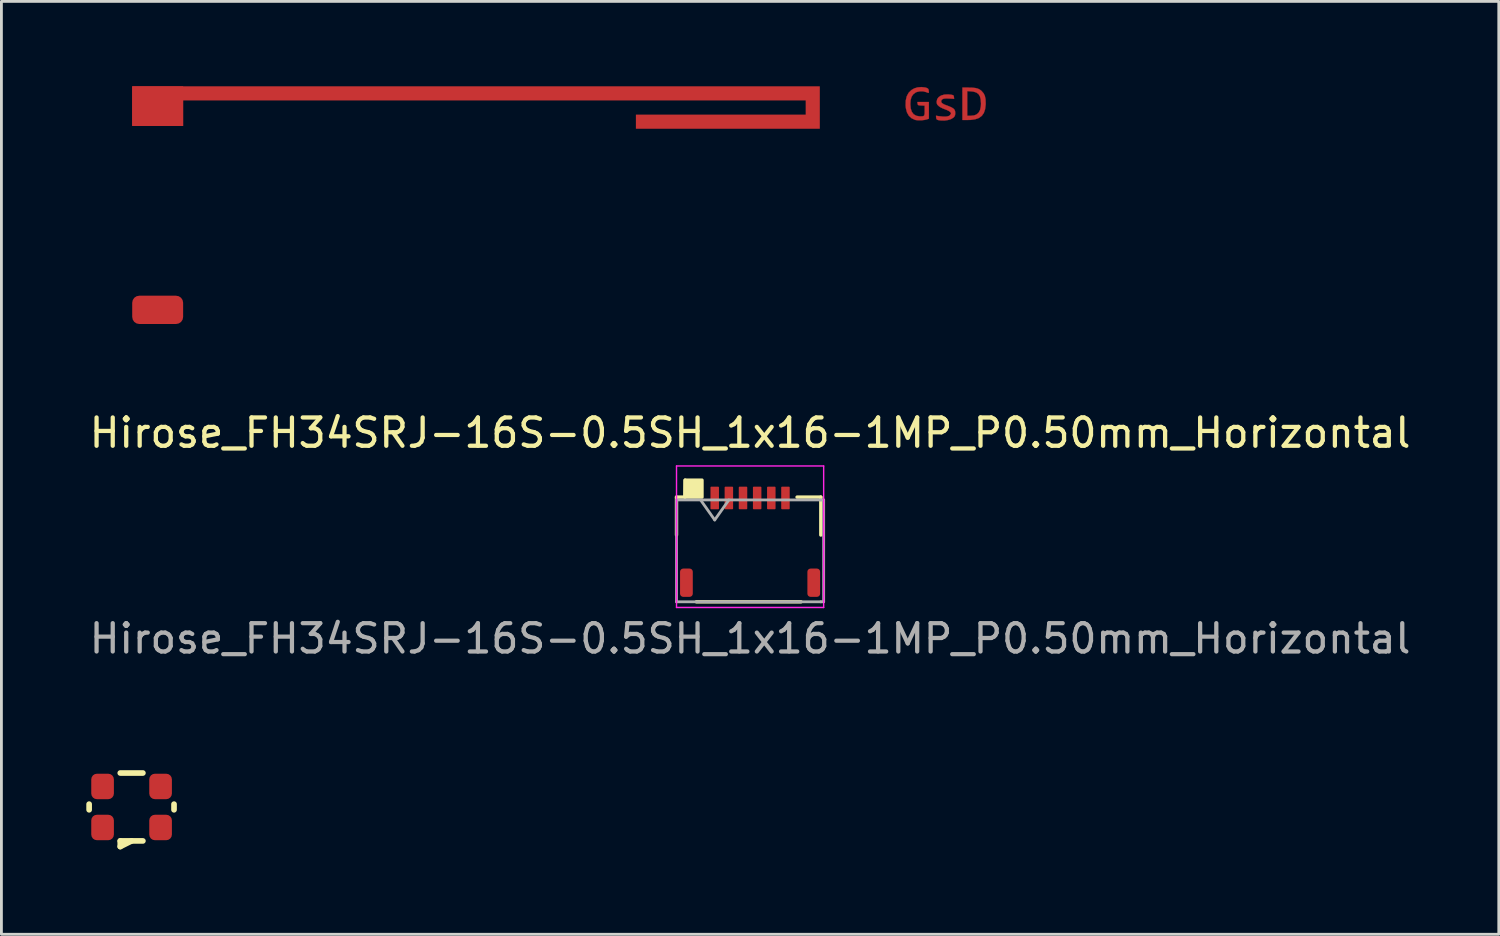
<source format=kicad_pcb>
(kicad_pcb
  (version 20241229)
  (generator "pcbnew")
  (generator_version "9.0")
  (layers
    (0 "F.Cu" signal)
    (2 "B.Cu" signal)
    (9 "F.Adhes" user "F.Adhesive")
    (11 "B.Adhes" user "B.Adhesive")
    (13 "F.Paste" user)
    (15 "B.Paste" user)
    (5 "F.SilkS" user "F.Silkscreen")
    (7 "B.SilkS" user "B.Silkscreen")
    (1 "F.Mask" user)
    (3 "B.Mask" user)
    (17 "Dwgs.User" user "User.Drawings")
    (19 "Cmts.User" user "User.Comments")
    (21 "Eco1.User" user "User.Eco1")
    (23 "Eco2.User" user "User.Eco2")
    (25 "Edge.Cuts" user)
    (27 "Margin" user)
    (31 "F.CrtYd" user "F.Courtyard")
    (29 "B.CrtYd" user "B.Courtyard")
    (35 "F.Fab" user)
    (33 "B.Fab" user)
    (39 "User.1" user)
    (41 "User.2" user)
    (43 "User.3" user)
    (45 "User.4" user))
  (footprint "0900AT43A0070 - 900MHz Wide band ISM Chip Antenna"
    (layer "F.Cu")
    (at 2.522 4.4)
    (property "Reference" "0900AT43A0070 - 900MHz Wide band ISM Chip Antenna" (at -2.5 2 0) (layer "F.SilkS") (effects (font (size 0.001 0.001) (thickness 0.15))))
    (attr through_hole)
    (pad "1" smd roundrect (at 0 3.5) (size 1.8 1) (layers "F.Cu" "F.Mask" "F.Paste") (roundrect_rratio 0.25))
    (pad "2" smd rect (at 0 -3.7) (size 1.8 1.4) (layers "F.Cu" "F.Mask" "F.Paste"))
    (pad "2" smd custom (at 0 -3.7) (size 1.8 1.4) (layers "F.Cu") (options (anchor rect)) (primitives (gr_poly (pts (xy 23.4 0.8) (xy 16.9 0.8) (xy 16.9 0.3) (xy 22.9 0.3) (xy 22.9 -0.2) (xy 0.9 -0.2) (xy 0.9 -0.7) (xy 23.4 -0.7)) (width 0) (fill yes)))))
  (footprint "Hirose_FH34SRJ-16S-0.5SH_1x16-1MP_P0.50mm_Horizontal"
    (layer "F.Cu")
    (at 23.458 15.948)
    (property "Reference" "Hirose_FH34SRJ-16S-0.5SH_1x16-1MP_P0.50mm_Horizontal" (at 0 -3.7 0) (layer "F.SilkS") (effects (font (size 1 1) (thickness 0.15))))
    (attr smd)
    (fp_line (start -2.6 -1.43) (end -2.6 -0.09) (stroke (width 0.12) (type solid)) (layer "F.SilkS"))
    (fp_line (start -2.305 -1.43) (end -2.6 -1.43) (stroke (width 0.12) (type solid)) (layer "F.SilkS"))
    (fp_line (start -2.305 -1.43) (end -2.295 -2.03) (stroke (width 0.12) (type solid)) (layer "F.SilkS"))
    (fp_line (start -1.9 2.27) (end 1.8 2.27) (stroke (width 0.12) (type solid)) (layer "F.SilkS"))
    (fp_line (start 1.66 -1.43) (end 2.5 -1.43) (stroke (width 0.12) (type solid)) (layer "F.SilkS"))
    (fp_line (start 2.5 -1.43) (end 2.5 -0.09) (stroke (width 0.12) (type solid)) (layer "F.SilkS"))
    (fp_rect (start -2.295 -2.03) (end -1.7 -1.43) (stroke (width 0.12) (type solid)) (fill yes) (layer "F.SilkS"))
    (fp_line (start -2.6 -2.53) (end -2.6 2.47) (stroke (width 0.05) (type solid)) (layer "F.CrtYd"))
    (fp_line (start -2.6 2.47) (end 2.6 2.47) (stroke (width 0.05) (type solid)) (layer "F.CrtYd"))
    (fp_line (start 2.6 -2.53) (end -2.6 -2.53) (stroke (width 0.05) (type solid)) (layer "F.CrtYd"))
    (fp_line (start 2.6 2.47) (end 2.6 -2.53) (stroke (width 0.05) (type solid)) (layer "F.CrtYd"))
    (fp_line (start -2.6 -1.33) (end -2.6 2.27) (stroke (width 0.1) (type solid)) (layer "F.Fab"))
    (fp_line (start -2.6 2.27) (end 2.5 2.27) (stroke (width 0.1) (type solid)) (layer "F.Fab"))
    (fp_line (start -1.75 -1.33) (end -1.25 -0.623) (stroke (width 0.1) (type solid)) (layer "F.Fab"))
    (fp_line (start -1.25 -0.623) (end -0.75 -1.33) (stroke (width 0.1) (type solid)) (layer "F.Fab"))
    (fp_line (start 2.5 -1.33) (end -2.6 -1.33) (stroke (width 0.1) (type solid)) (layer "F.Fab"))
    (fp_line (start 2.5 -1.33) (end 2.6 -1.33) (stroke (width 0.1) (type solid)) (layer "F.Fab"))
    (fp_line (start 2.5 2.27) (end 2.6 2.27) (stroke (width 0.1) (type solid)) (layer "F.Fab"))
    (fp_line (start 2.6 -1.33) (end 2.6 2.27) (stroke (width 0.1) (type solid)) (layer "F.Fab"))
    (fp_text user "${REFERENCE}" (at 0 3.57 0) (layer "F.Fab") (effects (font (size 1 1) (thickness 0.15))))
    (pad "1" smd roundrect (at -1.25 -1.4) (size 0.3 0.8) (layers "F.Cu" "F.Mask" "F.Paste") (roundrect_rratio 0.1))
    (pad "2" smd roundrect (at -0.75 -1.4) (size 0.3 0.8) (layers "F.Cu" "F.Mask" "F.Paste") (roundrect_rratio 0.1))
    (pad "3" smd roundrect (at -0.25 -1.4) (size 0.3 0.8) (layers "F.Cu" "F.Mask" "F.Paste") (roundrect_rratio 0.1))
    (pad "4" smd roundrect (at 0.25 -1.4) (size 0.3 0.8) (layers "F.Cu" "F.Mask" "F.Paste") (roundrect_rratio 0.1))
    (pad "5" smd roundrect (at 0.75 -1.4) (size 0.3 0.8) (layers "F.Cu" "F.Mask" "F.Paste") (roundrect_rratio 0.1))
    (pad "6" smd roundrect (at 1.25 -1.4) (size 0.3 0.8) (layers "F.Cu" "F.Mask" "F.Paste") (roundrect_rratio 0.1))
    (pad "MP" smd roundrect (at -2.25 1.595) (size 0.45 1) (layers "F.Cu" "F.Mask" "F.Paste") (roundrect_rratio 0.25))
    (pad "MP" smd roundrect (at 2.25 1.595) (size 0.45 1) (layers "F.Cu" "F.Mask" "F.Paste") (roundrect_rratio 0.25)))
  (footprint "Oscilator_2.5x2.0"
    (layer "F.Cu")
    (at 1.6 25.468)
    (property "Reference" "Oscilator_2.5x2.0" (at 0.7 -2.1 0) (layer "F.SilkS") (effects (font (size 0.001 0.001) (thickness 0.15))))
    (attr through_hole)
    (fp_line (start -1.5 -0.1) (end -1.5 0.1) (stroke (width 0.2) (type solid)) (layer "F.SilkS"))
    (fp_line (start -0.4 -1.2) (end 0.4 -1.2) (stroke (width 0.2) (type solid)) (layer "F.SilkS"))
    (fp_line (start -0.4 1.2) (end -0.4 1.4) (stroke (width 0.2) (type solid)) (layer "F.SilkS"))
    (fp_line (start -0.4 1.2) (end 0.4 1.2) (stroke (width 0.2) (type solid)) (layer "F.SilkS"))
    (fp_line (start -0.4 1.4) (end 0 1.2) (stroke (width 0.2) (type solid)) (layer "F.SilkS"))
    (fp_line (start 1.5 -0.1) (end 1.5 0.1) (stroke (width 0.2) (type solid)) (layer "F.SilkS"))
    (pad "1" smd roundrect (at -1.025 0.725) (size 0.8 0.9) (layers "F.Cu" "F.Mask" "F.Paste") (roundrect_rratio 0.25))
    (pad "2" smd roundrect (at 1.025 0.725) (size 0.8 0.9) (layers "F.Cu" "F.Mask" "F.Paste") (roundrect_rratio 0.25))
    (pad "3" smd roundrect (at 1.025 -0.725) (size 0.8 0.9) (layers "F.Cu" "F.Mask" "F.Paste") (roundrect_rratio 0.25))
    (pad "4" smd roundrect (at -1.025 -0.725) (size 0.8 0.9) (layers "F.Cu" "F.Mask" "F.Paste") (roundrect_rratio 0.25)))
  (footprint "gsd_logo_small"
    (layer "F.Cu")
    (at 30.369 0.703)
    (property "Reference" "gsd_logo_small" (at 0 0 0) (layer "F.SilkS") (effects (font (size 0.001 0.001) (thickness 0.15))))
    (attr through_hole)
    (fp_poly (pts (xy 0.81 -0.656) (xy 0.949 -0.653) (xy 1.055 -0.642) (xy 1.138 -0.62) (xy 1.206 -0.587) (xy 1.27 -0.538) (xy 1.27 -0.537) (xy 1.34 -0.457) (xy 1.386 -0.362) (xy 1.41 -0.245) (xy 1.415 -0.097) (xy 1.414 -0.056) (xy 1.394 0.107) (xy 1.35 0.238) (xy 1.279 0.339) (xy 1.18 0.413) (xy 1.049 0.46) (xy 0.885 0.484) (xy 0.78 0.487) (xy 0.593 0.487) (xy 0.593 0.339) (xy 0.762 0.339) (xy 0.884 0.339) (xy 0.999 0.327) (xy 1.079 0.299) (xy 1.161 0.234) (xy 1.215 0.138) (xy 1.244 0.01) (xy 1.249 -0.088) (xy 1.24 -0.236) (xy 1.211 -0.35) (xy 1.159 -0.432) (xy 1.081 -0.486) (xy 0.975 -0.517) (xy 0.908 -0.524) (xy 0.762 -0.535) (xy 0.762 0.339) (xy 0.593 0.339) (xy 0.593 -0.656) (xy 0.81 -0.656)) (stroke (width 0.01) (type solid)) (fill yes) (layer "F.Cu"))
    (fp_poly (pts (xy -0.73 -0.662) (xy -0.677 -0.648) (xy -0.626 -0.623) (xy -0.604 -0.588) (xy -0.597 -0.543) (xy -0.593 -0.492) (xy -0.601 -0.471) (xy -0.629 -0.475) (xy -0.685 -0.497) (xy -0.793 -0.525) (xy -0.911 -0.526) (xy -1.021 -0.502) (xy -1.067 -0.481) (xy -1.152 -0.414) (xy -1.209 -0.323) (xy -1.241 -0.204) (xy -1.249 -0.077) (xy -1.236 0.076) (xy -1.197 0.197) (xy -1.131 0.284) (xy -1.04 0.338) (xy -0.922 0.359) (xy -0.902 0.36) (xy -0.828 0.358) (xy -0.78 0.348) (xy -0.755 0.321) (xy -0.743 0.269) (xy -0.741 0.186) (xy -0.741 0.158) (xy -0.741 -0.019) (xy -0.863 -0.025) (xy -0.931 -0.03) (xy -0.969 -0.04) (xy -0.985 -0.059) (xy -0.991 -0.09) (xy -0.998 -0.148) (xy -0.593 -0.148) (xy -0.593 0.44) (xy -0.661 0.465) (xy -0.746 0.485) (xy -0.851 0.497) (xy -0.958 0.498) (xy -1.049 0.49) (xy -1.085 0.481) (xy -1.209 0.422) (xy -1.302 0.335) (xy -1.367 0.218) (xy -1.405 0.071) (xy -1.414 -0.024) (xy -1.409 -0.202) (xy -1.374 -0.352) (xy -1.308 -0.474) (xy -1.21 -0.57) (xy -1.111 -0.628) (xy -0.993 -0.664) (xy -0.859 -0.676) (xy -0.73 -0.662)) (stroke (width 0.01) (type solid)) (fill yes) (layer "F.Cu"))
    (fp_poly (pts (xy 0.163 -0.409) (xy 0.232 -0.398) (xy 0.269 -0.385) (xy 0.286 -0.363) (xy 0.292 -0.326) (xy 0.292 -0.326) (xy 0.299 -0.26) (xy 0.14 -0.27) (xy 0.024 -0.274) (xy -0.058 -0.268) (xy -0.112 -0.249) (xy -0.145 -0.217) (xy -0.148 -0.211) (xy -0.159 -0.159) (xy -0.132 -0.111) (xy -0.064 -0.068) (xy -0.005 -0.043) (xy 0.121 0.004) (xy 0.212 0.045) (xy 0.274 0.083) (xy 0.312 0.123) (xy 0.332 0.169) (xy 0.338 0.228) (xy 0.339 0.25) (xy 0.332 0.319) (xy 0.306 0.37) (xy 0.276 0.402) (xy 0.193 0.454) (xy 0.082 0.489) (xy -0.048 0.506) (xy -0.184 0.502) (xy -0.265 0.49) (xy -0.31 0.472) (xy -0.33 0.437) (xy -0.335 0.406) (xy -0.341 0.337) (xy -0.229 0.354) (xy -0.078 0.369) (xy 0.038 0.366) (xy 0.118 0.344) (xy 0.152 0.319) (xy 0.18 0.278) (xy 0.191 0.252) (xy 0.171 0.212) (xy 0.115 0.17) (xy 0.029 0.128) (xy -0.031 0.106) (xy -0.116 0.072) (xy -0.195 0.031) (xy -0.245 -0.005) (xy -0.293 -0.053) (xy -0.313 -0.101) (xy -0.318 -0.159) (xy -0.298 -0.25) (xy -0.244 -0.323) (xy -0.16 -0.377) (xy -0.049 -0.409) (xy 0.083 -0.416) (xy 0.163 -0.409)) (stroke (width 0.01) (type solid)) (fill yes) (layer "F.Cu"))
    (fp_poly (pts (xy 0.799 -0.677) (xy 0.966 -0.671) (xy 1.097 -0.653) (xy 1.2 -0.618) (xy 1.281 -0.566) (xy 1.345 -0.492) (xy 1.375 -0.444) (xy 1.402 -0.388) (xy 1.419 -0.329) (xy 1.429 -0.253) (xy 1.436 -0.148) (xy 1.436 -0.145) (xy 1.435 0.01) (xy 1.418 0.133) (xy 1.381 0.232) (xy 1.323 0.315) (xy 1.296 0.343) (xy 1.227 0.404) (xy 1.163 0.447) (xy 1.092 0.475) (xy 1.005 0.492) (xy 0.891 0.501) (xy 0.82 0.504) (xy 0.572 0.512) (xy 0.572 0.345) (xy 0.762 0.345) (xy 0.892 0.333) (xy 0.986 0.317) (xy 1.058 0.292) (xy 1.076 0.281) (xy 1.137 0.231) (xy 1.177 0.18) (xy 1.201 0.119) (xy 1.214 0.037) (xy 1.217 -0.075) (xy 1.217 -0.092) (xy 1.211 -0.233) (xy 1.19 -0.338) (xy 1.149 -0.412) (xy 1.086 -0.461) (xy 0.995 -0.49) (xy 0.9 -0.503) (xy 0.762 -0.514) (xy 0.762 0.345) (xy 0.572 0.345) (xy 0.572 -0.677) (xy 0.799 -0.677)) (stroke (width 0.01) (type solid)) (fill yes) (layer "F.Mask"))
    (fp_poly (pts (xy -0.71 -0.685) (xy -0.667 -0.674) (xy -0.618 -0.655) (xy -0.592 -0.633) (xy -0.58 -0.595) (xy -0.576 -0.533) (xy -0.569 -0.421) (xy -0.639 -0.458) (xy -0.718 -0.485) (xy -0.831 -0.496) (xy -0.861 -0.497) (xy -0.973 -0.49) (xy -1.055 -0.464) (xy -1.118 -0.413) (xy -1.172 -0.332) (xy -1.18 -0.317) (xy -1.216 -0.215) (xy -1.229 -0.099) (xy -1.223 0.019) (xy -1.197 0.13) (xy -1.154 0.222) (xy -1.095 0.285) (xy -1.093 0.286) (xy -1.018 0.318) (xy -0.925 0.335) (xy -0.836 0.334) (xy -0.816 0.33) (xy -0.789 0.321) (xy -0.772 0.304) (xy -0.765 0.269) (xy -0.762 0.207) (xy -0.762 0.158) (xy -0.762 0) (xy -0.995 0) (xy -0.995 -0.169) (xy -0.572 -0.169) (xy -0.572 0.46) (xy -0.695 0.495) (xy -0.814 0.519) (xy -0.936 0.527) (xy -1.043 0.518) (xy -1.08 0.509) (xy -1.212 0.45) (xy -1.314 0.363) (xy -1.386 0.246) (xy -1.428 0.099) (xy -1.442 -0.074) (xy -1.428 -0.247) (xy -1.387 -0.391) (xy -1.315 -0.508) (xy -1.213 -0.601) (xy -1.171 -0.628) (xy -1.074 -0.667) (xy -0.954 -0.691) (xy -0.827 -0.698) (xy -0.71 -0.685)) (stroke (width 0.01) (type solid)) (fill yes) (layer "F.Mask"))
    (fp_poly (pts (xy 0.155 -0.43) (xy 0.307 -0.413) (xy 0.32 -0.216) (xy 0.239 -0.234) (xy 0.151 -0.248) (xy 0.059 -0.253) (xy -0.024 -0.248) (xy -0.082 -0.234) (xy -0.086 -0.232) (xy -0.12 -0.194) (xy -0.123 -0.146) (xy -0.101 -0.11) (xy -0.068 -0.093) (xy -0.008 -0.069) (xy 0.068 -0.043) (xy 0.072 -0.041) (xy 0.179 0.002) (xy 0.267 0.053) (xy 0.295 0.075) (xy 0.342 0.125) (xy 0.365 0.171) (xy 0.37 0.234) (xy 0.37 0.243) (xy 0.366 0.309) (xy 0.347 0.355) (xy 0.304 0.403) (xy 0.293 0.413) (xy 0.228 0.461) (xy 0.157 0.498) (xy 0.134 0.506) (xy 0.052 0.52) (xy -0.054 0.526) (xy -0.167 0.523) (xy -0.271 0.511) (xy -0.275 0.511) (xy -0.32 0.5) (xy -0.342 0.481) (xy -0.352 0.441) (xy -0.356 0.394) (xy -0.358 0.333) (xy -0.353 0.306) (xy -0.336 0.303) (xy -0.324 0.307) (xy -0.278 0.318) (xy -0.204 0.327) (xy -0.115 0.333) (xy -0.026 0.337) (xy 0.048 0.336) (xy 0.092 0.331) (xy 0.142 0.303) (xy 0.159 0.262) (xy 0.138 0.216) (xy 0.133 0.21) (xy 0.095 0.186) (xy 0.029 0.156) (xy -0.049 0.127) (xy -0.053 0.126) (xy -0.18 0.074) (xy -0.269 0.013) (xy -0.321 -0.061) (xy -0.339 -0.149) (xy -0.339 -0.155) (xy -0.32 -0.255) (xy -0.266 -0.334) (xy -0.181 -0.393) (xy -0.067 -0.427) (xy 0.071 -0.437) (xy 0.155 -0.43)) (stroke (width 0.01) (type solid)) (fill yes) (layer "F.Mask")))
  (gr_rect
    (start -3 -3)
    (end 49.917 29.968)
    (stroke (width 0.1) (type default))
    (fill no)
    (layer "Edge.Cuts")))
</source>
